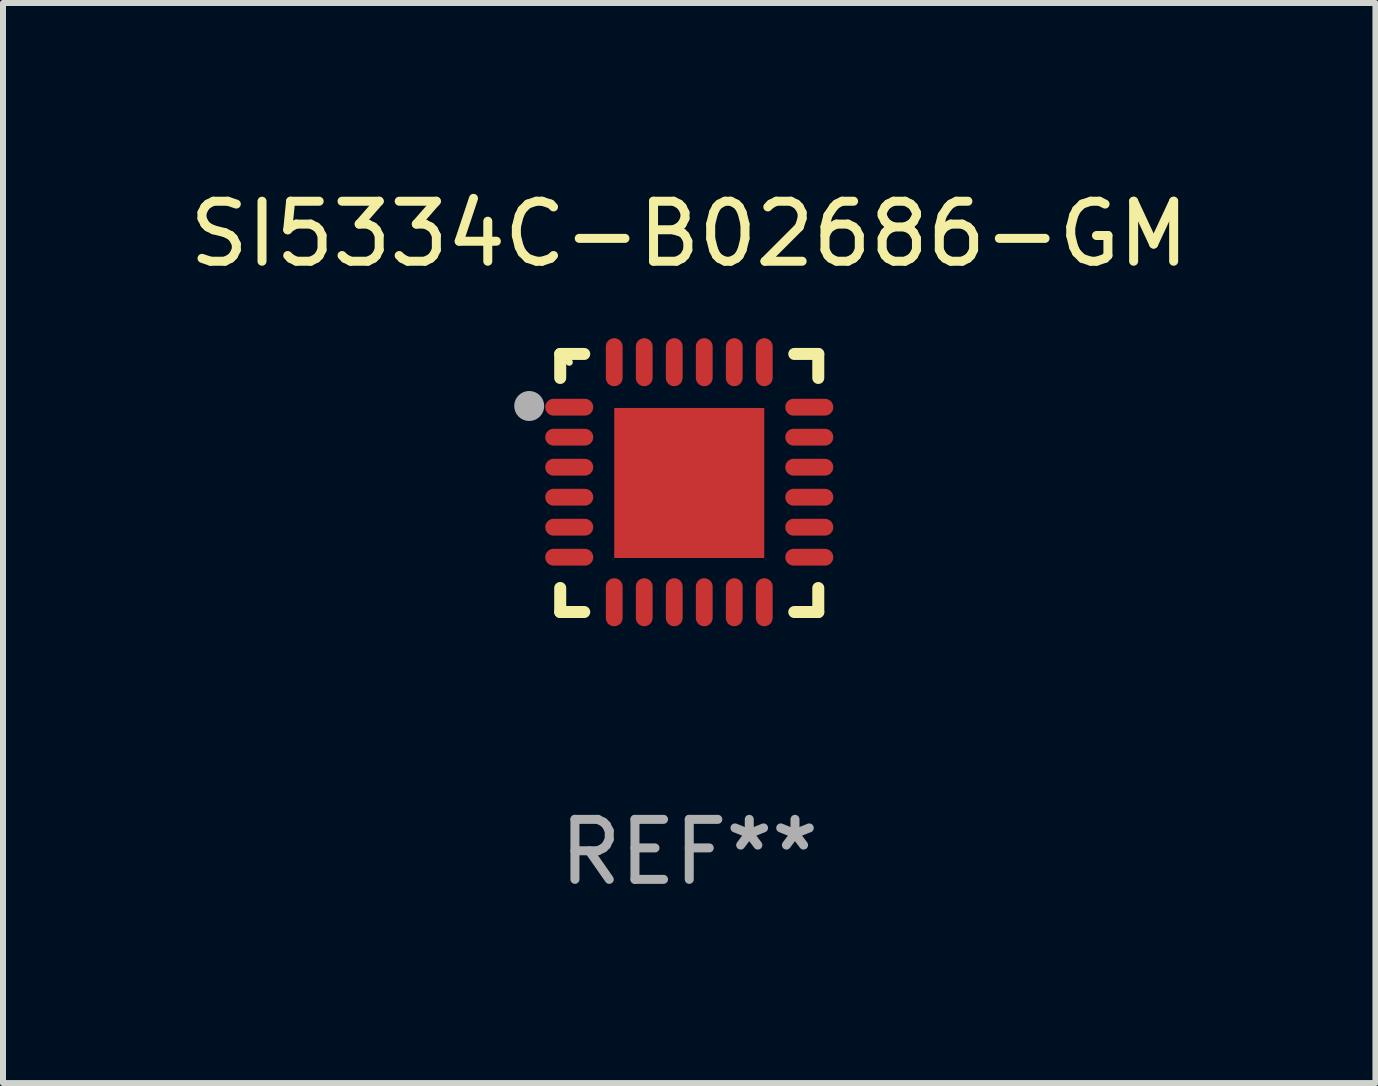
<source format=kicad_pcb>
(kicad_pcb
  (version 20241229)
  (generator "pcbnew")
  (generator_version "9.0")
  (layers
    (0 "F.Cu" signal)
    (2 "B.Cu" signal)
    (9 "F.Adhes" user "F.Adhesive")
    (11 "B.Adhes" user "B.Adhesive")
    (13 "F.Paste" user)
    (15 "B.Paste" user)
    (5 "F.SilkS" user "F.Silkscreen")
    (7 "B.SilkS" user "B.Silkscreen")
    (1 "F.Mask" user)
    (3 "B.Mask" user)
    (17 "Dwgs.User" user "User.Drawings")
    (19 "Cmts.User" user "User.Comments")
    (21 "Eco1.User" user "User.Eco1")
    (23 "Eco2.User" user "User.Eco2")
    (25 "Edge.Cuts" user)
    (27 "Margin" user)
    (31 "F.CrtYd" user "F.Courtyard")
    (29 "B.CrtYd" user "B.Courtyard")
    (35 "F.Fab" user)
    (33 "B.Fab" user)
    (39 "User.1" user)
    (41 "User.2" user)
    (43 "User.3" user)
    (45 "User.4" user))
  (footprint "SI5334C-B02686-GM"
    (layer "F.Cu")
    (at 8.435 4.998)
    (property "Reference" "SI5334C-B02686-GM" (at 0 -4.15 0) (layer "F.SilkS") (effects (font (size 1 1) (thickness 0.15))))
    (attr through_hole)
    (fp_line (start -2.15 -2.15) (end -1.75 -2.15) (stroke (width 0.2) (type solid)) (layer "F.SilkS"))
    (fp_line (start -2.15 -1.75) (end -2.15 -2.15) (stroke (width 0.2) (type solid)) (layer "F.SilkS"))
    (fp_line (start -2.15 2.15) (end -2.15 1.75) (stroke (width 0.2) (type solid)) (layer "F.SilkS"))
    (fp_line (start -1.75 2.15) (end -2.15 2.15) (stroke (width 0.2) (type solid)) (layer "F.SilkS"))
    (fp_line (start 1.75 -2.15) (end 2.15 -2.15) (stroke (width 0.2) (type solid)) (layer "F.SilkS"))
    (fp_line (start 1.75 2.15) (end 2.15 2.15) (stroke (width 0.2) (type solid)) (layer "F.SilkS"))
    (fp_line (start 2.15 -2.15) (end 2.15 -1.75) (stroke (width 0.2) (type solid)) (layer "F.SilkS"))
    (fp_line (start 2.15 2.15) (end 2.15 1.75) (stroke (width 0.2) (type solid)) (layer "F.SilkS"))
    (fp_circle (center -2 -2.013) (end -1.97 -2.013) (stroke (width 0.06) (type solid)) (fill no) (layer "F.SilkS"))
    (fp_circle (center -2.667 -1.283) (end -2.542 -1.283) (stroke (width 0.25) (type solid)) (fill no) (layer "F.Fab"))
    (fp_text user "REF**" (at 0 6.15 0) (layer "F.Fab") (effects (font (size 1 1) (thickness 0.15))))
    (pad "1" smd oval (at -2 -1.263) (size 0.8 0.28) (layers "F.Cu" "F.Mask" "F.Paste"))
    (pad "2" smd oval (at -2 -0.763) (size 0.8 0.28) (layers "F.Cu" "F.Mask" "F.Paste"))
    (pad "3" smd oval (at -2 -0.263) (size 0.8 0.28) (layers "F.Cu" "F.Mask" "F.Paste"))
    (pad "4" smd oval (at -2 0.237) (size 0.8 0.28) (layers "F.Cu" "F.Mask" "F.Paste"))
    (pad "5" smd oval (at -2 0.737) (size 0.8 0.28) (layers "F.Cu" "F.Mask" "F.Paste"))
    (pad "6" smd oval (at -2 1.237) (size 0.8 0.28) (layers "F.Cu" "F.Mask" "F.Paste"))
    (pad "7" smd oval (at -1.25 1.987) (size 0.28 0.8) (layers "F.Cu" "F.Mask" "F.Paste"))
    (pad "8" smd oval (at -0.75 1.987) (size 0.28 0.8) (layers "F.Cu" "F.Mask" "F.Paste"))
    (pad "9" smd oval (at -0.25 1.987) (size 0.28 0.8) (layers "F.Cu" "F.Mask" "F.Paste"))
    (pad "10" smd oval (at 0.25 1.987) (size 0.28 0.8) (layers "F.Cu" "F.Mask" "F.Paste"))
    (pad "11" smd oval (at 0.75 1.987) (size 0.28 0.8) (layers "F.Cu" "F.Mask" "F.Paste"))
    (pad "12" smd oval (at 1.25 1.987) (size 0.28 0.8) (layers "F.Cu" "F.Mask" "F.Paste"))
    (pad "13" smd oval (at 2 1.237) (size 0.8 0.28) (layers "F.Cu" "F.Mask" "F.Paste"))
    (pad "14" smd oval (at 2 0.737) (size 0.8 0.28) (layers "F.Cu" "F.Mask" "F.Paste"))
    (pad "15" smd oval (at 2 0.237) (size 0.8 0.28) (layers "F.Cu" "F.Mask" "F.Paste"))
    (pad "16" smd oval (at 2 -0.263) (size 0.8 0.28) (layers "F.Cu" "F.Mask" "F.Paste"))
    (pad "17" smd oval (at 2 -0.763) (size 0.8 0.28) (layers "F.Cu" "F.Mask" "F.Paste"))
    (pad "18" smd oval (at 2 -1.263) (size 0.8 0.28) (layers "F.Cu" "F.Mask" "F.Paste"))
    (pad "19" smd oval (at 1.25 -2.013) (size 0.28 0.8) (layers "F.Cu" "F.Mask" "F.Paste"))
    (pad "20" smd oval (at 0.75 -2.013) (size 0.28 0.8) (layers "F.Cu" "F.Mask" "F.Paste"))
    (pad "21" smd oval (at 0.25 -2.013) (size 0.28 0.8) (layers "F.Cu" "F.Mask" "F.Paste"))
    (pad "22" smd oval (at -0.25 -2.013) (size 0.28 0.8) (layers "F.Cu" "F.Mask" "F.Paste"))
    (pad "23" smd oval (at -0.75 -2.013) (size 0.28 0.8) (layers "F.Cu" "F.Mask" "F.Paste"))
    (pad "24" smd oval (at -1.25 -2.013) (size 0.28 0.8) (layers "F.Cu" "F.Mask" "F.Paste"))
    (pad "25" smd rect (at -0.000127 -0.00014) (size 2.5 2.5) (layers "F.Cu" "F.Mask" "F.Paste")))
  (gr_rect
    (start -3 -3)
    (end 19.869 14.997)
    (stroke (width 0.1) (type default))
    (fill no)
    (layer "Edge.Cuts")))
</source>
